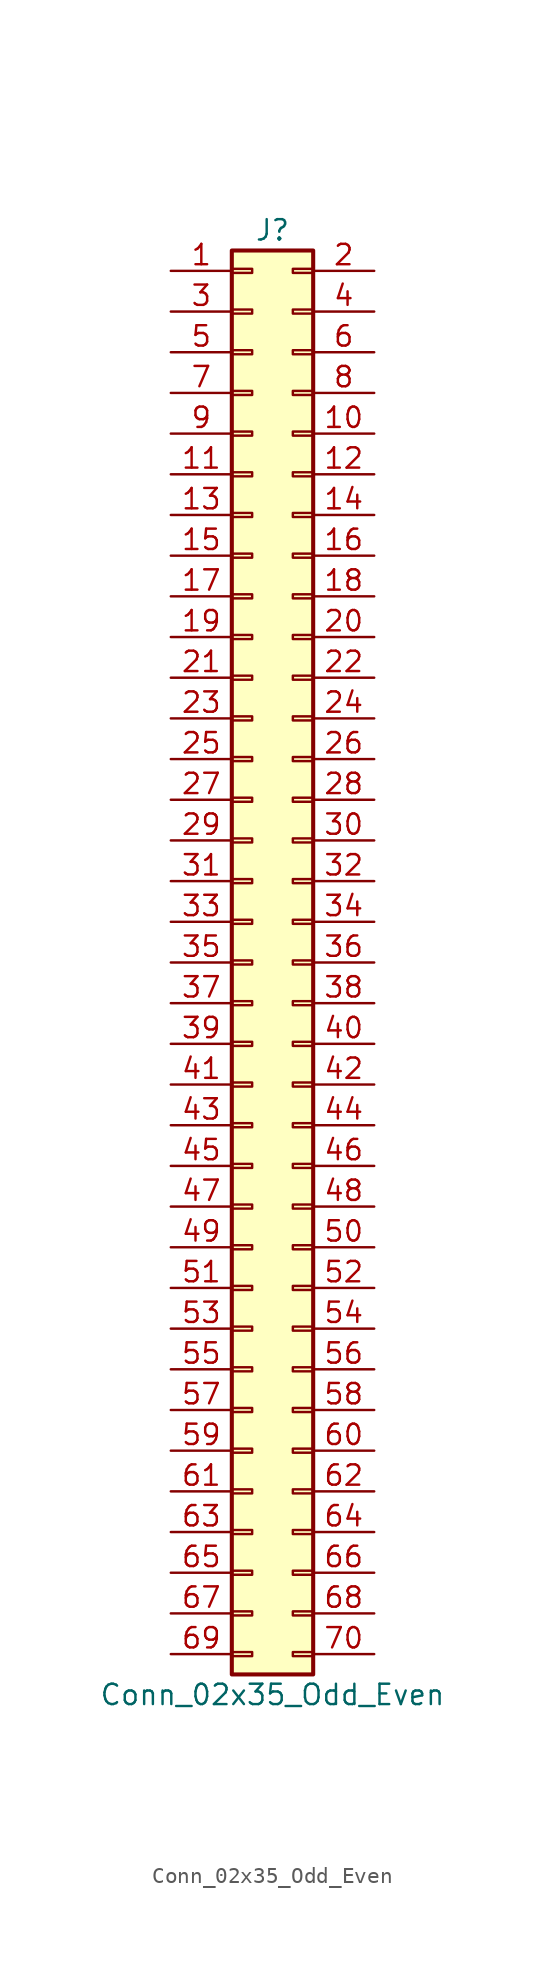
<source format=kicad_sym>
(kicad_symbol_lib
  (version 20201005)
  (generator kicad_symbol_editor)
  (symbol "Conn_02x35_Odd_Even"
    (pin_names
      (offset 1.016) hide)
    (property "Reference" "J"
      (at 1.27 45.72 0)
      (effects (font (size 1.27 1.27))))
    (property "Value" "Conn_02x35_Odd_Even"
      (at 1.27 -45.72 0)
      (effects (font (size 1.27 1.27))))
    (symbol "Conn_02x35_Odd_Even_1_1"
      (rectangle (start -1.27 -43.053) (end 0 -43.307) (stroke (width 0.152)) (fill (type none)))
      (rectangle (start -1.27 -40.513) (end 0 -40.767) (stroke (width 0.152)) (fill (type none)))
      (rectangle (start -1.27 -37.973) (end 0 -38.227) (stroke (width 0.152)) (fill (type none)))
      (rectangle (start -1.27 -35.433) (end 0 -35.687) (stroke (width 0.152)) (fill (type none)))
      (rectangle (start -1.27 -32.893) (end 0 -33.147) (stroke (width 0.152)) (fill (type none)))
      (rectangle (start -1.27 -30.353) (end 0 -30.607) (stroke (width 0.152)) (fill (type none)))
      (rectangle (start -1.27 -27.813) (end 0 -28.067) (stroke (width 0.152)) (fill (type none)))
      (rectangle (start -1.27 -25.273) (end 0 -25.527) (stroke (width 0.152)) (fill (type none)))
      (rectangle (start -1.27 -22.733) (end 0 -22.987) (stroke (width 0.152)) (fill (type none)))
      (rectangle (start -1.27 -20.193) (end 0 -20.447) (stroke (width 0.152)) (fill (type none)))
      (rectangle (start -1.27 -17.653) (end 0 -17.907) (stroke (width 0.152)) (fill (type none)))
      (rectangle (start -1.27 -15.113) (end 0 -15.367) (stroke (width 0.152)) (fill (type none)))
      (rectangle (start -1.27 -12.573) (end 0 -12.827) (stroke (width 0.152)) (fill (type none)))
      (rectangle (start -1.27 -10.033) (end 0 -10.287) (stroke (width 0.152)) (fill (type none)))
      (rectangle (start -1.27 -7.493) (end 0 -7.747) (stroke (width 0.152)) (fill (type none)))
      (rectangle (start -1.27 -4.953) (end 0 -5.207) (stroke (width 0.152)) (fill (type none)))
      (rectangle (start -1.27 -2.413) (end 0 -2.667) (stroke (width 0.152)) (fill (type none)))
      (rectangle (start -1.27 0.127) (end 0 -0.127) (stroke (width 0.152)) (fill (type none)))
      (rectangle (start -1.27 2.667) (end 0 2.413) (stroke (width 0.152)) (fill (type none)))
      (rectangle (start -1.27 5.207) (end 0 4.953) (stroke (width 0.152)) (fill (type none)))
      (rectangle (start -1.27 7.747) (end 0 7.493) (stroke (width 0.152)) (fill (type none)))
      (rectangle (start -1.27 10.287) (end 0 10.033) (stroke (width 0.152)) (fill (type none)))
      (rectangle (start -1.27 12.827) (end 0 12.573) (stroke (width 0.152)) (fill (type none)))
      (rectangle (start -1.27 15.367) (end 0 15.113) (stroke (width 0.152)) (fill (type none)))
      (rectangle (start -1.27 17.907) (end 0 17.653) (stroke (width 0.152)) (fill (type none)))
      (rectangle (start -1.27 20.447) (end 0 20.193) (stroke (width 0.152)) (fill (type none)))
      (rectangle (start -1.27 22.987) (end 0 22.733) (stroke (width 0.152)) (fill (type none)))
      (rectangle (start -1.27 25.527) (end 0 25.273) (stroke (width 0.152)) (fill (type none)))
      (rectangle (start -1.27 28.067) (end 0 27.813) (stroke (width 0.152)) (fill (type none)))
      (rectangle (start -1.27 30.607) (end 0 30.353) (stroke (width 0.152)) (fill (type none)))
      (rectangle (start -1.27 33.147) (end 0 32.893) (stroke (width 0.152)) (fill (type none)))
      (rectangle (start -1.27 35.687) (end 0 35.433) (stroke (width 0.152)) (fill (type none)))
      (rectangle (start -1.27 38.227) (end 0 37.973) (stroke (width 0.152)) (fill (type none)))
      (rectangle (start -1.27 40.767) (end 0 40.513) (stroke (width 0.152)) (fill (type none)))
      (rectangle (start -1.27 43.307) (end 0 43.053) (stroke (width 0.152)) (fill (type none)))
      (rectangle (start 3.81 -43.053) (end 2.54 -43.307) (stroke (width 0.152)) (fill (type none)))
      (rectangle (start 3.81 -40.513) (end 2.54 -40.767) (stroke (width 0.152)) (fill (type none)))
      (rectangle (start 3.81 -37.973) (end 2.54 -38.227) (stroke (width 0.152)) (fill (type none)))
      (rectangle (start 3.81 -35.433) (end 2.54 -35.687) (stroke (width 0.152)) (fill (type none)))
      (rectangle (start 3.81 -32.893) (end 2.54 -33.147) (stroke (width 0.152)) (fill (type none)))
      (rectangle (start 3.81 -30.353) (end 2.54 -30.607) (stroke (width 0.152)) (fill (type none)))
      (rectangle (start 3.81 -27.813) (end 2.54 -28.067) (stroke (width 0.152)) (fill (type none)))
      (rectangle (start 3.81 -25.273) (end 2.54 -25.527) (stroke (width 0.152)) (fill (type none)))
      (rectangle (start 3.81 -22.733) (end 2.54 -22.987) (stroke (width 0.152)) (fill (type none)))
      (rectangle (start 3.81 -20.193) (end 2.54 -20.447) (stroke (width 0.152)) (fill (type none)))
      (rectangle (start 3.81 -17.653) (end 2.54 -17.907) (stroke (width 0.152)) (fill (type none)))
      (rectangle (start 3.81 -15.113) (end 2.54 -15.367) (stroke (width 0.152)) (fill (type none)))
      (rectangle (start 3.81 -12.573) (end 2.54 -12.827) (stroke (width 0.152)) (fill (type none)))
      (rectangle (start 3.81 -10.033) (end 2.54 -10.287) (stroke (width 0.152)) (fill (type none)))
      (rectangle (start 3.81 -7.493) (end 2.54 -7.747) (stroke (width 0.152)) (fill (type none)))
      (rectangle (start 3.81 -4.953) (end 2.54 -5.207) (stroke (width 0.152)) (fill (type none)))
      (rectangle (start 3.81 -2.413) (end 2.54 -2.667) (stroke (width 0.152)) (fill (type none)))
      (rectangle (start 3.81 0.127) (end 2.54 -0.127) (stroke (width 0.152)) (fill (type none)))
      (rectangle (start 3.81 2.667) (end 2.54 2.413) (stroke (width 0.152)) (fill (type none)))
      (rectangle (start 3.81 5.207) (end 2.54 4.953) (stroke (width 0.152)) (fill (type none)))
      (rectangle (start 3.81 7.747) (end 2.54 7.493) (stroke (width 0.152)) (fill (type none)))
      (rectangle (start 3.81 10.287) (end 2.54 10.033) (stroke (width 0.152)) (fill (type none)))
      (rectangle (start 3.81 12.827) (end 2.54 12.573) (stroke (width 0.152)) (fill (type none)))
      (rectangle (start 3.81 15.367) (end 2.54 15.113) (stroke (width 0.152)) (fill (type none)))
      (rectangle (start 3.81 17.907) (end 2.54 17.653) (stroke (width 0.152)) (fill (type none)))
      (rectangle (start 3.81 20.447) (end 2.54 20.193) (stroke (width 0.152)) (fill (type none)))
      (rectangle (start 3.81 22.987) (end 2.54 22.733) (stroke (width 0.152)) (fill (type none)))
      (rectangle (start 3.81 25.527) (end 2.54 25.273) (stroke (width 0.152)) (fill (type none)))
      (rectangle (start 3.81 28.067) (end 2.54 27.813) (stroke (width 0.152)) (fill (type none)))
      (rectangle (start 3.81 30.607) (end 2.54 30.353) (stroke (width 0.152)) (fill (type none)))
      (rectangle (start 3.81 33.147) (end 2.54 32.893) (stroke (width 0.152)) (fill (type none)))
      (rectangle (start 3.81 35.687) (end 2.54 35.433) (stroke (width 0.152)) (fill (type none)))
      (rectangle (start 3.81 38.227) (end 2.54 37.973) (stroke (width 0.152)) (fill (type none)))
      (rectangle (start 3.81 40.767) (end 2.54 40.513) (stroke (width 0.152)) (fill (type none)))
      (rectangle (start 3.81 43.307) (end 2.54 43.053) (stroke (width 0.152)) (fill (type none)))
      (rectangle (start -1.27 44.45) (end 3.81 -44.45) (stroke (width 0.254)) (fill (type background)))
      (pin passive line (at -5.08 43.18 0) (length 3.81) (name "Pin_1" (effects (font (size 1.27 1.27)))) (number "1" (effects (font (size 1.27 1.27)))))
      (pin passive line (at 7.62 33.02 180) (length 3.81) (name "Pin_10" (effects (font (size 1.27 1.27)))) (number "10" (effects (font (size 1.27 1.27)))))
      (pin passive line (at -5.08 30.48 0) (length 3.81) (name "Pin_11" (effects (font (size 1.27 1.27)))) (number "11" (effects (font (size 1.27 1.27)))))
      (pin passive line (at 7.62 30.48 180) (length 3.81) (name "Pin_12" (effects (font (size 1.27 1.27)))) (number "12" (effects (font (size 1.27 1.27)))))
      (pin passive line (at -5.08 27.94 0) (length 3.81) (name "Pin_13" (effects (font (size 1.27 1.27)))) (number "13" (effects (font (size 1.27 1.27)))))
      (pin passive line (at 7.62 27.94 180) (length 3.81) (name "Pin_14" (effects (font (size 1.27 1.27)))) (number "14" (effects (font (size 1.27 1.27)))))
      (pin passive line (at -5.08 25.4 0) (length 3.81) (name "Pin_15" (effects (font (size 1.27 1.27)))) (number "15" (effects (font (size 1.27 1.27)))))
      (pin passive line (at 7.62 25.4 180) (length 3.81) (name "Pin_16" (effects (font (size 1.27 1.27)))) (number "16" (effects (font (size 1.27 1.27)))))
      (pin passive line (at -5.08 22.86 0) (length 3.81) (name "Pin_17" (effects (font (size 1.27 1.27)))) (number "17" (effects (font (size 1.27 1.27)))))
      (pin passive line (at 7.62 22.86 180) (length 3.81) (name "Pin_18" (effects (font (size 1.27 1.27)))) (number "18" (effects (font (size 1.27 1.27)))))
      (pin passive line (at -5.08 20.32 0) (length 3.81) (name "Pin_19" (effects (font (size 1.27 1.27)))) (number "19" (effects (font (size 1.27 1.27)))))
      (pin passive line (at 7.62 43.18 180) (length 3.81) (name "Pin_2" (effects (font (size 1.27 1.27)))) (number "2" (effects (font (size 1.27 1.27)))))
      (pin passive line (at 7.62 20.32 180) (length 3.81) (name "Pin_20" (effects (font (size 1.27 1.27)))) (number "20" (effects (font (size 1.27 1.27)))))
      (pin passive line (at -5.08 17.78 0) (length 3.81) (name "Pin_21" (effects (font (size 1.27 1.27)))) (number "21" (effects (font (size 1.27 1.27)))))
      (pin passive line (at 7.62 17.78 180) (length 3.81) (name "Pin_22" (effects (font (size 1.27 1.27)))) (number "22" (effects (font (size 1.27 1.27)))))
      (pin passive line (at -5.08 15.24 0) (length 3.81) (name "Pin_23" (effects (font (size 1.27 1.27)))) (number "23" (effects (font (size 1.27 1.27)))))
      (pin passive line (at 7.62 15.24 180) (length 3.81) (name "Pin_24" (effects (font (size 1.27 1.27)))) (number "24" (effects (font (size 1.27 1.27)))))
      (pin passive line (at -5.08 12.7 0) (length 3.81) (name "Pin_25" (effects (font (size 1.27 1.27)))) (number "25" (effects (font (size 1.27 1.27)))))
      (pin passive line (at 7.62 12.7 180) (length 3.81) (name "Pin_26" (effects (font (size 1.27 1.27)))) (number "26" (effects (font (size 1.27 1.27)))))
      (pin passive line (at -5.08 10.16 0) (length 3.81) (name "Pin_27" (effects (font (size 1.27 1.27)))) (number "27" (effects (font (size 1.27 1.27)))))
      (pin passive line (at 7.62 10.16 180) (length 3.81) (name "Pin_28" (effects (font (size 1.27 1.27)))) (number "28" (effects (font (size 1.27 1.27)))))
      (pin passive line (at -5.08 7.62 0) (length 3.81) (name "Pin_29" (effects (font (size 1.27 1.27)))) (number "29" (effects (font (size 1.27 1.27)))))
      (pin passive line (at -5.08 40.64 0) (length 3.81) (name "Pin_3" (effects (font (size 1.27 1.27)))) (number "3" (effects (font (size 1.27 1.27)))))
      (pin passive line (at 7.62 7.62 180) (length 3.81) (name "Pin_30" (effects (font (size 1.27 1.27)))) (number "30" (effects (font (size 1.27 1.27)))))
      (pin passive line (at -5.08 5.08 0) (length 3.81) (name "Pin_31" (effects (font (size 1.27 1.27)))) (number "31" (effects (font (size 1.27 1.27)))))
      (pin passive line (at 7.62 5.08 180) (length 3.81) (name "Pin_32" (effects (font (size 1.27 1.27)))) (number "32" (effects (font (size 1.27 1.27)))))
      (pin passive line (at -5.08 2.54 0) (length 3.81) (name "Pin_33" (effects (font (size 1.27 1.27)))) (number "33" (effects (font (size 1.27 1.27)))))
      (pin passive line (at 7.62 2.54 180) (length 3.81) (name "Pin_34" (effects (font (size 1.27 1.27)))) (number "34" (effects (font (size 1.27 1.27)))))
      (pin passive line (at -5.08 0 0) (length 3.81) (name "Pin_35" (effects (font (size 1.27 1.27)))) (number "35" (effects (font (size 1.27 1.27)))))
      (pin passive line (at 7.62 0 180) (length 3.81) (name "Pin_36" (effects (font (size 1.27 1.27)))) (number "36" (effects (font (size 1.27 1.27)))))
      (pin passive line (at -5.08 -2.54 0) (length 3.81) (name "Pin_37" (effects (font (size 1.27 1.27)))) (number "37" (effects (font (size 1.27 1.27)))))
      (pin passive line (at 7.62 -2.54 180) (length 3.81) (name "Pin_38" (effects (font (size 1.27 1.27)))) (number "38" (effects (font (size 1.27 1.27)))))
      (pin passive line (at -5.08 -5.08 0) (length 3.81) (name "Pin_39" (effects (font (size 1.27 1.27)))) (number "39" (effects (font (size 1.27 1.27)))))
      (pin passive line (at 7.62 40.64 180) (length 3.81) (name "Pin_4" (effects (font (size 1.27 1.27)))) (number "4" (effects (font (size 1.27 1.27)))))
      (pin passive line (at 7.62 -5.08 180) (length 3.81) (name "Pin_40" (effects (font (size 1.27 1.27)))) (number "40" (effects (font (size 1.27 1.27)))))
      (pin passive line (at -5.08 -7.62 0) (length 3.81) (name "Pin_41" (effects (font (size 1.27 1.27)))) (number "41" (effects (font (size 1.27 1.27)))))
      (pin passive line (at 7.62 -7.62 180) (length 3.81) (name "Pin_42" (effects (font (size 1.27 1.27)))) (number "42" (effects (font (size 1.27 1.27)))))
      (pin passive line (at -5.08 -10.16 0) (length 3.81) (name "Pin_43" (effects (font (size 1.27 1.27)))) (number "43" (effects (font (size 1.27 1.27)))))
      (pin passive line (at 7.62 -10.16 180) (length 3.81) (name "Pin_44" (effects (font (size 1.27 1.27)))) (number "44" (effects (font (size 1.27 1.27)))))
      (pin passive line (at -5.08 -12.7 0) (length 3.81) (name "Pin_45" (effects (font (size 1.27 1.27)))) (number "45" (effects (font (size 1.27 1.27)))))
      (pin passive line (at 7.62 -12.7 180) (length 3.81) (name "Pin_46" (effects (font (size 1.27 1.27)))) (number "46" (effects (font (size 1.27 1.27)))))
      (pin passive line (at -5.08 -15.24 0) (length 3.81) (name "Pin_47" (effects (font (size 1.27 1.27)))) (number "47" (effects (font (size 1.27 1.27)))))
      (pin passive line (at 7.62 -15.24 180) (length 3.81) (name "Pin_48" (effects (font (size 1.27 1.27)))) (number "48" (effects (font (size 1.27 1.27)))))
      (pin passive line (at -5.08 -17.78 0) (length 3.81) (name "Pin_49" (effects (font (size 1.27 1.27)))) (number "49" (effects (font (size 1.27 1.27)))))
      (pin passive line (at -5.08 38.1 0) (length 3.81) (name "Pin_5" (effects (font (size 1.27 1.27)))) (number "5" (effects (font (size 1.27 1.27)))))
      (pin passive line (at 7.62 -17.78 180) (length 3.81) (name "Pin_50" (effects (font (size 1.27 1.27)))) (number "50" (effects (font (size 1.27 1.27)))))
      (pin passive line (at -5.08 -20.32 0) (length 3.81) (name "Pin_51" (effects (font (size 1.27 1.27)))) (number "51" (effects (font (size 1.27 1.27)))))
      (pin passive line (at 7.62 -20.32 180) (length 3.81) (name "Pin_52" (effects (font (size 1.27 1.27)))) (number "52" (effects (font (size 1.27 1.27)))))
      (pin passive line (at -5.08 -22.86 0) (length 3.81) (name "Pin_53" (effects (font (size 1.27 1.27)))) (number "53" (effects (font (size 1.27 1.27)))))
      (pin passive line (at 7.62 -22.86 180) (length 3.81) (name "Pin_54" (effects (font (size 1.27 1.27)))) (number "54" (effects (font (size 1.27 1.27)))))
      (pin passive line (at -5.08 -25.4 0) (length 3.81) (name "Pin_55" (effects (font (size 1.27 1.27)))) (number "55" (effects (font (size 1.27 1.27)))))
      (pin passive line (at 7.62 -25.4 180) (length 3.81) (name "Pin_56" (effects (font (size 1.27 1.27)))) (number "56" (effects (font (size 1.27 1.27)))))
      (pin passive line (at -5.08 -27.94 0) (length 3.81) (name "Pin_57" (effects (font (size 1.27 1.27)))) (number "57" (effects (font (size 1.27 1.27)))))
      (pin passive line (at 7.62 -27.94 180) (length 3.81) (name "Pin_58" (effects (font (size 1.27 1.27)))) (number "58" (effects (font (size 1.27 1.27)))))
      (pin passive line (at -5.08 -30.48 0) (length 3.81) (name "Pin_59" (effects (font (size 1.27 1.27)))) (number "59" (effects (font (size 1.27 1.27)))))
      (pin passive line (at 7.62 38.1 180) (length 3.81) (name "Pin_6" (effects (font (size 1.27 1.27)))) (number "6" (effects (font (size 1.27 1.27)))))
      (pin passive line (at 7.62 -30.48 180) (length 3.81) (name "Pin_60" (effects (font (size 1.27 1.27)))) (number "60" (effects (font (size 1.27 1.27)))))
      (pin passive line (at -5.08 -33.02 0) (length 3.81) (name "Pin_61" (effects (font (size 1.27 1.27)))) (number "61" (effects (font (size 1.27 1.27)))))
      (pin passive line (at 7.62 -33.02 180) (length 3.81) (name "Pin_62" (effects (font (size 1.27 1.27)))) (number "62" (effects (font (size 1.27 1.27)))))
      (pin passive line (at -5.08 -35.56 0) (length 3.81) (name "Pin_63" (effects (font (size 1.27 1.27)))) (number "63" (effects (font (size 1.27 1.27)))))
      (pin passive line (at 7.62 -35.56 180) (length 3.81) (name "Pin_64" (effects (font (size 1.27 1.27)))) (number "64" (effects (font (size 1.27 1.27)))))
      (pin passive line (at -5.08 -38.1 0) (length 3.81) (name "Pin_65" (effects (font (size 1.27 1.27)))) (number "65" (effects (font (size 1.27 1.27)))))
      (pin passive line (at 7.62 -38.1 180) (length 3.81) (name "Pin_66" (effects (font (size 1.27 1.27)))) (number "66" (effects (font (size 1.27 1.27)))))
      (pin passive line (at -5.08 -40.64 0) (length 3.81) (name "Pin_67" (effects (font (size 1.27 1.27)))) (number "67" (effects (font (size 1.27 1.27)))))
      (pin passive line (at 7.62 -40.64 180) (length 3.81) (name "Pin_68" (effects (font (size 1.27 1.27)))) (number "68" (effects (font (size 1.27 1.27)))))
      (pin passive line (at -5.08 -43.18 0) (length 3.81) (name "Pin_69" (effects (font (size 1.27 1.27)))) (number "69" (effects (font (size 1.27 1.27)))))
      (pin passive line (at -5.08 35.56 0) (length 3.81) (name "Pin_7" (effects (font (size 1.27 1.27)))) (number "7" (effects (font (size 1.27 1.27)))))
      (pin passive line (at 7.62 -43.18 180) (length 3.81) (name "Pin_70" (effects (font (size 1.27 1.27)))) (number "70" (effects (font (size 1.27 1.27)))))
      (pin passive line (at 7.62 35.56 180) (length 3.81) (name "Pin_8" (effects (font (size 1.27 1.27)))) (number "8" (effects (font (size 1.27 1.27)))))
      (pin passive line (at -5.08 33.02 0) (length 3.81) (name "Pin_9" (effects (font (size 1.27 1.27)))) (number "9" (effects (font (size 1.27 1.27))))))))
</source>
